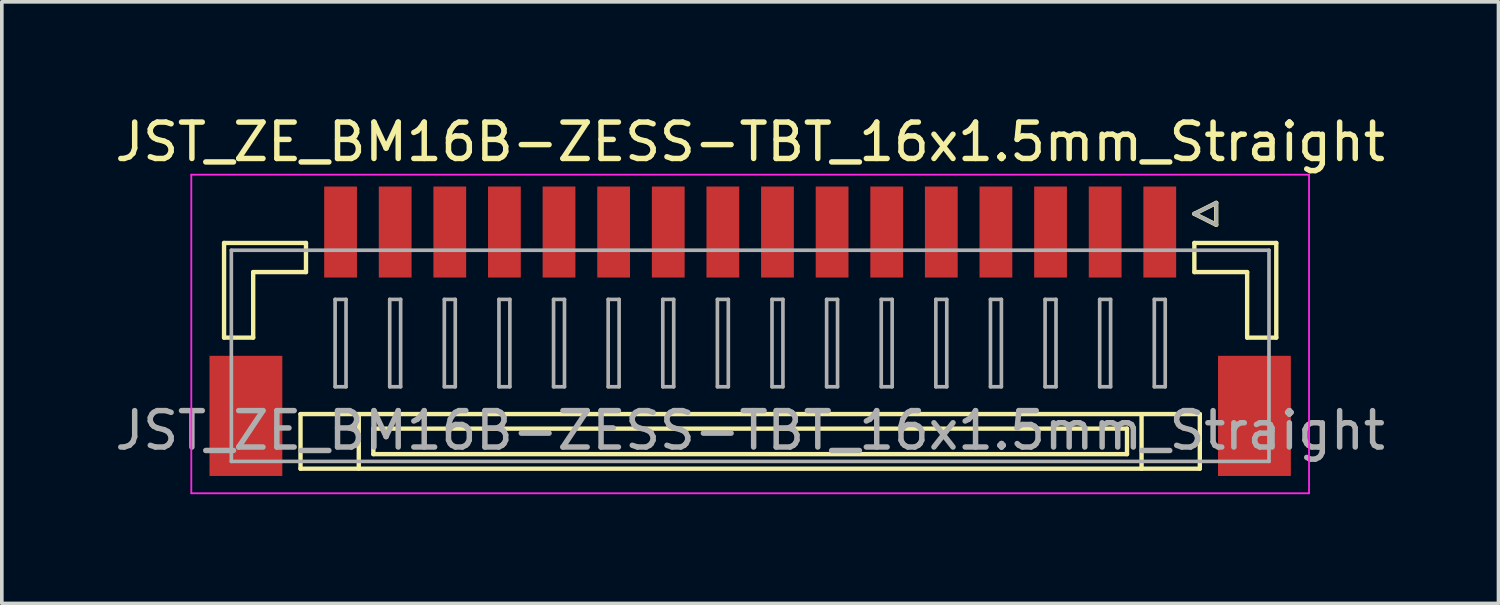
<source format=kicad_pcb>
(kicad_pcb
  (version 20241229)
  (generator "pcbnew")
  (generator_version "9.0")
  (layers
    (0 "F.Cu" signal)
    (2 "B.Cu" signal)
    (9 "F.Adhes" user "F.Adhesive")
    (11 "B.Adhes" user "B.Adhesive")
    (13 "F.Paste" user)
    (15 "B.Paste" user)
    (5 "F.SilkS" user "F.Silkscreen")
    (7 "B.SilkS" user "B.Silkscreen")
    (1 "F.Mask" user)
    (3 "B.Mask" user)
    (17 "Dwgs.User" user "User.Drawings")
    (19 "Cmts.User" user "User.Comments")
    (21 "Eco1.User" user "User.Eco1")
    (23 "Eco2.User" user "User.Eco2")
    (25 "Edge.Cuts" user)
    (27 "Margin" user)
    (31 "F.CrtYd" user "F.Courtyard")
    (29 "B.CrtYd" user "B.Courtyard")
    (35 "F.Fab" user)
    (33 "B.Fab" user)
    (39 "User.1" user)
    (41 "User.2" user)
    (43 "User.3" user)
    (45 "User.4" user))
  (footprint "JST_ZE_BM16B-ZESS-TBT_16x1.5mm_Straight"
    (layer "F.Cu")
    (at 17.554 5.848)
    (property "Reference" "JST_ZE_BM16B-ZESS-TBT_16x1.5mm_Straight" (at 0 -5 0) (layer "F.SilkS") (effects (font (size 1 1) (thickness 0.15))))
    (attr smd)
    (fp_line (start -14.45 -2.225) (end -14.45 0.375) (stroke (width 0.12) (type solid)) (layer "F.SilkS"))
    (fp_line (start -14.45 0.375) (end -13.65 0.375) (stroke (width 0.12) (type solid)) (layer "F.SilkS"))
    (fp_line (start -13.65 -1.425) (end -12.2 -1.425) (stroke (width 0.12) (type solid)) (layer "F.SilkS"))
    (fp_line (start -13.65 0.375) (end -13.65 -1.425) (stroke (width 0.12) (type solid)) (layer "F.SilkS"))
    (fp_line (start -12.35 2.475) (end -12.35 3.975) (stroke (width 0.12) (type solid)) (layer "F.SilkS"))
    (fp_line (start -12.35 3.975) (end 12.35 3.975) (stroke (width 0.12) (type solid)) (layer "F.SilkS"))
    (fp_line (start -12.2 -2.225) (end -14.45 -2.225) (stroke (width 0.12) (type solid)) (layer "F.SilkS"))
    (fp_line (start -12.2 -1.425) (end -12.2 -2.225) (stroke (width 0.12) (type solid)) (layer "F.SilkS"))
    (fp_line (start -10.75 2.475) (end -10.75 3.975) (stroke (width 0.12) (type solid)) (layer "F.SilkS"))
    (fp_line (start -10.35 2.875) (end -10.35 3.575) (stroke (width 0.12) (type solid)) (layer "F.SilkS"))
    (fp_line (start -10.35 3.575) (end 10.35 3.575) (stroke (width 0.12) (type solid)) (layer "F.SilkS"))
    (fp_line (start 10.35 2.875) (end -10.35 2.875) (stroke (width 0.12) (type solid)) (layer "F.SilkS"))
    (fp_line (start 10.35 3.575) (end 10.35 2.875) (stroke (width 0.12) (type solid)) (layer "F.SilkS"))
    (fp_line (start 10.75 2.475) (end 10.75 3.975) (stroke (width 0.12) (type solid)) (layer "F.SilkS"))
    (fp_line (start 12.2 -3.025) (end 12.8 -3.325) (stroke (width 0.12) (type solid)) (layer "F.SilkS"))
    (fp_line (start 12.2 -2.225) (end 14.45 -2.225) (stroke (width 0.12) (type solid)) (layer "F.SilkS"))
    (fp_line (start 12.2 -1.425) (end 12.2 -2.225) (stroke (width 0.12) (type solid)) (layer "F.SilkS"))
    (fp_line (start 12.35 2.475) (end -12.35 2.475) (stroke (width 0.12) (type solid)) (layer "F.SilkS"))
    (fp_line (start 12.35 3.975) (end 12.35 2.475) (stroke (width 0.12) (type solid)) (layer "F.SilkS"))
    (fp_line (start 12.8 -3.325) (end 12.8 -2.725) (stroke (width 0.12) (type solid)) (layer "F.SilkS"))
    (fp_line (start 12.8 -2.725) (end 12.2 -3.025) (stroke (width 0.12) (type solid)) (layer "F.SilkS"))
    (fp_line (start 13.65 -1.425) (end 12.2 -1.425) (stroke (width 0.12) (type solid)) (layer "F.SilkS"))
    (fp_line (start 13.65 0.375) (end 13.65 -1.425) (stroke (width 0.12) (type solid)) (layer "F.SilkS"))
    (fp_line (start 14.45 -2.225) (end 14.45 0.375) (stroke (width 0.12) (type solid)) (layer "F.SilkS"))
    (fp_line (start 14.45 0.375) (end 13.65 0.375) (stroke (width 0.12) (type solid)) (layer "F.SilkS"))
    (fp_line (start -15.35 -4.1) (end -15.35 4.65) (stroke (width 0.05) (type solid)) (layer "F.CrtYd"))
    (fp_line (start -15.35 4.65) (end 15.35 4.65) (stroke (width 0.05) (type solid)) (layer "F.CrtYd"))
    (fp_line (start 15.35 -4.1) (end -15.35 -4.1) (stroke (width 0.05) (type solid)) (layer "F.CrtYd"))
    (fp_line (start 15.35 4.65) (end 15.35 -4.1) (stroke (width 0.05) (type solid)) (layer "F.CrtYd"))
    (fp_line (start -14.25 -2.025) (end -14.25 3.775) (stroke (width 0.1) (type solid)) (layer "F.Fab"))
    (fp_line (start -14.25 3.775) (end 14.25 3.775) (stroke (width 0.1) (type solid)) (layer "F.Fab"))
    (fp_line (start -11.4 -0.675) (end -11.4 1.725) (stroke (width 0.1) (type solid)) (layer "F.Fab"))
    (fp_line (start -11.4 1.725) (end -11.1 1.725) (stroke (width 0.1) (type solid)) (layer "F.Fab"))
    (fp_line (start -11.1 -0.675) (end -11.4 -0.675) (stroke (width 0.1) (type solid)) (layer "F.Fab"))
    (fp_line (start -11.1 1.725) (end -11.1 -0.675) (stroke (width 0.1) (type solid)) (layer "F.Fab"))
    (fp_line (start -9.9 -0.675) (end -9.9 1.725) (stroke (width 0.1) (type solid)) (layer "F.Fab"))
    (fp_line (start -9.9 1.725) (end -9.6 1.725) (stroke (width 0.1) (type solid)) (layer "F.Fab"))
    (fp_line (start -9.6 -0.675) (end -9.9 -0.675) (stroke (width 0.1) (type solid)) (layer "F.Fab"))
    (fp_line (start -9.6 1.725) (end -9.6 -0.675) (stroke (width 0.1) (type solid)) (layer "F.Fab"))
    (fp_line (start -8.4 -0.675) (end -8.4 1.725) (stroke (width 0.1) (type solid)) (layer "F.Fab"))
    (fp_line (start -8.4 1.725) (end -8.1 1.725) (stroke (width 0.1) (type solid)) (layer "F.Fab"))
    (fp_line (start -8.1 -0.675) (end -8.4 -0.675) (stroke (width 0.1) (type solid)) (layer "F.Fab"))
    (fp_line (start -8.1 1.725) (end -8.1 -0.675) (stroke (width 0.1) (type solid)) (layer "F.Fab"))
    (fp_line (start -6.9 -0.675) (end -6.9 1.725) (stroke (width 0.1) (type solid)) (layer "F.Fab"))
    (fp_line (start -6.9 1.725) (end -6.6 1.725) (stroke (width 0.1) (type solid)) (layer "F.Fab"))
    (fp_line (start -6.6 -0.675) (end -6.9 -0.675) (stroke (width 0.1) (type solid)) (layer "F.Fab"))
    (fp_line (start -6.6 1.725) (end -6.6 -0.675) (stroke (width 0.1) (type solid)) (layer "F.Fab"))
    (fp_line (start -5.4 -0.675) (end -5.4 1.725) (stroke (width 0.1) (type solid)) (layer "F.Fab"))
    (fp_line (start -5.4 1.725) (end -5.1 1.725) (stroke (width 0.1) (type solid)) (layer "F.Fab"))
    (fp_line (start -5.1 -0.675) (end -5.4 -0.675) (stroke (width 0.1) (type solid)) (layer "F.Fab"))
    (fp_line (start -5.1 1.725) (end -5.1 -0.675) (stroke (width 0.1) (type solid)) (layer "F.Fab"))
    (fp_line (start -3.9 -0.675) (end -3.9 1.725) (stroke (width 0.1) (type solid)) (layer "F.Fab"))
    (fp_line (start -3.9 1.725) (end -3.6 1.725) (stroke (width 0.1) (type solid)) (layer "F.Fab"))
    (fp_line (start -3.6 -0.675) (end -3.9 -0.675) (stroke (width 0.1) (type solid)) (layer "F.Fab"))
    (fp_line (start -3.6 1.725) (end -3.6 -0.675) (stroke (width 0.1) (type solid)) (layer "F.Fab"))
    (fp_line (start -2.4 -0.675) (end -2.4 1.725) (stroke (width 0.1) (type solid)) (layer "F.Fab"))
    (fp_line (start -2.4 1.725) (end -2.1 1.725) (stroke (width 0.1) (type solid)) (layer "F.Fab"))
    (fp_line (start -2.1 -0.675) (end -2.4 -0.675) (stroke (width 0.1) (type solid)) (layer "F.Fab"))
    (fp_line (start -2.1 1.725) (end -2.1 -0.675) (stroke (width 0.1) (type solid)) (layer "F.Fab"))
    (fp_line (start -0.9 -0.675) (end -0.9 1.725) (stroke (width 0.1) (type solid)) (layer "F.Fab"))
    (fp_line (start -0.9 1.725) (end -0.6 1.725) (stroke (width 0.1) (type solid)) (layer "F.Fab"))
    (fp_line (start -0.6 -0.675) (end -0.9 -0.675) (stroke (width 0.1) (type solid)) (layer "F.Fab"))
    (fp_line (start -0.6 1.725) (end -0.6 -0.675) (stroke (width 0.1) (type solid)) (layer "F.Fab"))
    (fp_line (start 0.6 -0.675) (end 0.6 1.725) (stroke (width 0.1) (type solid)) (layer "F.Fab"))
    (fp_line (start 0.6 1.725) (end 0.9 1.725) (stroke (width 0.1) (type solid)) (layer "F.Fab"))
    (fp_line (start 0.9 -0.675) (end 0.6 -0.675) (stroke (width 0.1) (type solid)) (layer "F.Fab"))
    (fp_line (start 0.9 1.725) (end 0.9 -0.675) (stroke (width 0.1) (type solid)) (layer "F.Fab"))
    (fp_line (start 2.1 -0.675) (end 2.1 1.725) (stroke (width 0.1) (type solid)) (layer "F.Fab"))
    (fp_line (start 2.1 1.725) (end 2.4 1.725) (stroke (width 0.1) (type solid)) (layer "F.Fab"))
    (fp_line (start 2.4 -0.675) (end 2.1 -0.675) (stroke (width 0.1) (type solid)) (layer "F.Fab"))
    (fp_line (start 2.4 1.725) (end 2.4 -0.675) (stroke (width 0.1) (type solid)) (layer "F.Fab"))
    (fp_line (start 3.6 -0.675) (end 3.6 1.725) (stroke (width 0.1) (type solid)) (layer "F.Fab"))
    (fp_line (start 3.6 1.725) (end 3.9 1.725) (stroke (width 0.1) (type solid)) (layer "F.Fab"))
    (fp_line (start 3.9 -0.675) (end 3.6 -0.675) (stroke (width 0.1) (type solid)) (layer "F.Fab"))
    (fp_line (start 3.9 1.725) (end 3.9 -0.675) (stroke (width 0.1) (type solid)) (layer "F.Fab"))
    (fp_line (start 5.1 -0.675) (end 5.1 1.725) (stroke (width 0.1) (type solid)) (layer "F.Fab"))
    (fp_line (start 5.1 1.725) (end 5.4 1.725) (stroke (width 0.1) (type solid)) (layer "F.Fab"))
    (fp_line (start 5.4 -0.675) (end 5.1 -0.675) (stroke (width 0.1) (type solid)) (layer "F.Fab"))
    (fp_line (start 5.4 1.725) (end 5.4 -0.675) (stroke (width 0.1) (type solid)) (layer "F.Fab"))
    (fp_line (start 6.6 -0.675) (end 6.6 1.725) (stroke (width 0.1) (type solid)) (layer "F.Fab"))
    (fp_line (start 6.6 1.725) (end 6.9 1.725) (stroke (width 0.1) (type solid)) (layer "F.Fab"))
    (fp_line (start 6.9 -0.675) (end 6.6 -0.675) (stroke (width 0.1) (type solid)) (layer "F.Fab"))
    (fp_line (start 6.9 1.725) (end 6.9 -0.675) (stroke (width 0.1) (type solid)) (layer "F.Fab"))
    (fp_line (start 8.1 -0.675) (end 8.1 1.725) (stroke (width 0.1) (type solid)) (layer "F.Fab"))
    (fp_line (start 8.1 1.725) (end 8.4 1.725) (stroke (width 0.1) (type solid)) (layer "F.Fab"))
    (fp_line (start 8.4 -0.675) (end 8.1 -0.675) (stroke (width 0.1) (type solid)) (layer "F.Fab"))
    (fp_line (start 8.4 1.725) (end 8.4 -0.675) (stroke (width 0.1) (type solid)) (layer "F.Fab"))
    (fp_line (start 9.6 -0.675) (end 9.6 1.725) (stroke (width 0.1) (type solid)) (layer "F.Fab"))
    (fp_line (start 9.6 1.725) (end 9.9 1.725) (stroke (width 0.1) (type solid)) (layer "F.Fab"))
    (fp_line (start 9.9 -0.675) (end 9.6 -0.675) (stroke (width 0.1) (type solid)) (layer "F.Fab"))
    (fp_line (start 9.9 1.725) (end 9.9 -0.675) (stroke (width 0.1) (type solid)) (layer "F.Fab"))
    (fp_line (start 11.1 -0.675) (end 11.1 1.725) (stroke (width 0.1) (type solid)) (layer "F.Fab"))
    (fp_line (start 11.1 1.725) (end 11.4 1.725) (stroke (width 0.1) (type solid)) (layer "F.Fab"))
    (fp_line (start 11.4 -0.675) (end 11.1 -0.675) (stroke (width 0.1) (type solid)) (layer "F.Fab"))
    (fp_line (start 11.4 1.725) (end 11.4 -0.675) (stroke (width 0.1) (type solid)) (layer "F.Fab"))
    (fp_line (start 12.2 -3.025) (end 12.8 -3.325) (stroke (width 0.1) (type solid)) (layer "F.Fab"))
    (fp_line (start 12.8 -3.325) (end 12.8 -2.725) (stroke (width 0.1) (type solid)) (layer "F.Fab"))
    (fp_line (start 12.8 -2.725) (end 12.2 -3.025) (stroke (width 0.1) (type solid)) (layer "F.Fab"))
    (fp_line (start 14.25 -2.025) (end -14.25 -2.025) (stroke (width 0.1) (type solid)) (layer "F.Fab"))
    (fp_line (start 14.25 3.775) (end 14.25 -2.025) (stroke (width 0.1) (type solid)) (layer "F.Fab"))
    (fp_text user "${REFERENCE}" (at 0 2.925 0) (layer "F.Fab") (effects (font (size 1 1) (thickness 0.15))))
    (pad "" smd rect (at -13.85 2.525) (size 2 3.3) (layers "F.Cu" "F.Mask" "F.Paste"))
    (pad "" smd rect (at 13.85 2.525) (size 2 3.3) (layers "F.Cu" "F.Mask" "F.Paste"))
    (pad "1" smd rect (at 11.25 -2.525) (size 0.9 2.5) (layers "F.Cu" "F.Mask" "F.Paste"))
    (pad "2" smd rect (at 9.75 -2.525) (size 0.9 2.5) (layers "F.Cu" "F.Mask" "F.Paste"))
    (pad "3" smd rect (at 8.25 -2.525) (size 0.9 2.5) (layers "F.Cu" "F.Mask" "F.Paste"))
    (pad "4" smd rect (at 6.75 -2.525) (size 0.9 2.5) (layers "F.Cu" "F.Mask" "F.Paste"))
    (pad "5" smd rect (at 5.25 -2.525) (size 0.9 2.5) (layers "F.Cu" "F.Mask" "F.Paste"))
    (pad "6" smd rect (at 3.75 -2.525) (size 0.9 2.5) (layers "F.Cu" "F.Mask" "F.Paste"))
    (pad "7" smd rect (at 2.25 -2.525) (size 0.9 2.5) (layers "F.Cu" "F.Mask" "F.Paste"))
    (pad "8" smd rect (at 0.75 -2.525) (size 0.9 2.5) (layers "F.Cu" "F.Mask" "F.Paste"))
    (pad "9" smd rect (at -0.75 -2.525) (size 0.9 2.5) (layers "F.Cu" "F.Mask" "F.Paste"))
    (pad "10" smd rect (at -2.25 -2.525) (size 0.9 2.5) (layers "F.Cu" "F.Mask" "F.Paste"))
    (pad "11" smd rect (at -3.75 -2.525) (size 0.9 2.5) (layers "F.Cu" "F.Mask" "F.Paste"))
    (pad "12" smd rect (at -5.25 -2.525) (size 0.9 2.5) (layers "F.Cu" "F.Mask" "F.Paste"))
    (pad "13" smd rect (at -6.75 -2.525) (size 0.9 2.5) (layers "F.Cu" "F.Mask" "F.Paste"))
    (pad "14" smd rect (at -8.25 -2.525) (size 0.9 2.5) (layers "F.Cu" "F.Mask" "F.Paste"))
    (pad "15" smd rect (at -9.75 -2.525) (size 0.9 2.5) (layers "F.Cu" "F.Mask" "F.Paste"))
    (pad "16" smd rect (at -11.25 -2.525) (size 0.9 2.5) (layers "F.Cu" "F.Mask" "F.Paste")))
  (gr_rect
    (start -3 -3)
    (end 38.107 13.523)
    (stroke (width 0.1) (type default))
    (fill no)
    (layer "Edge.Cuts")))
</source>
